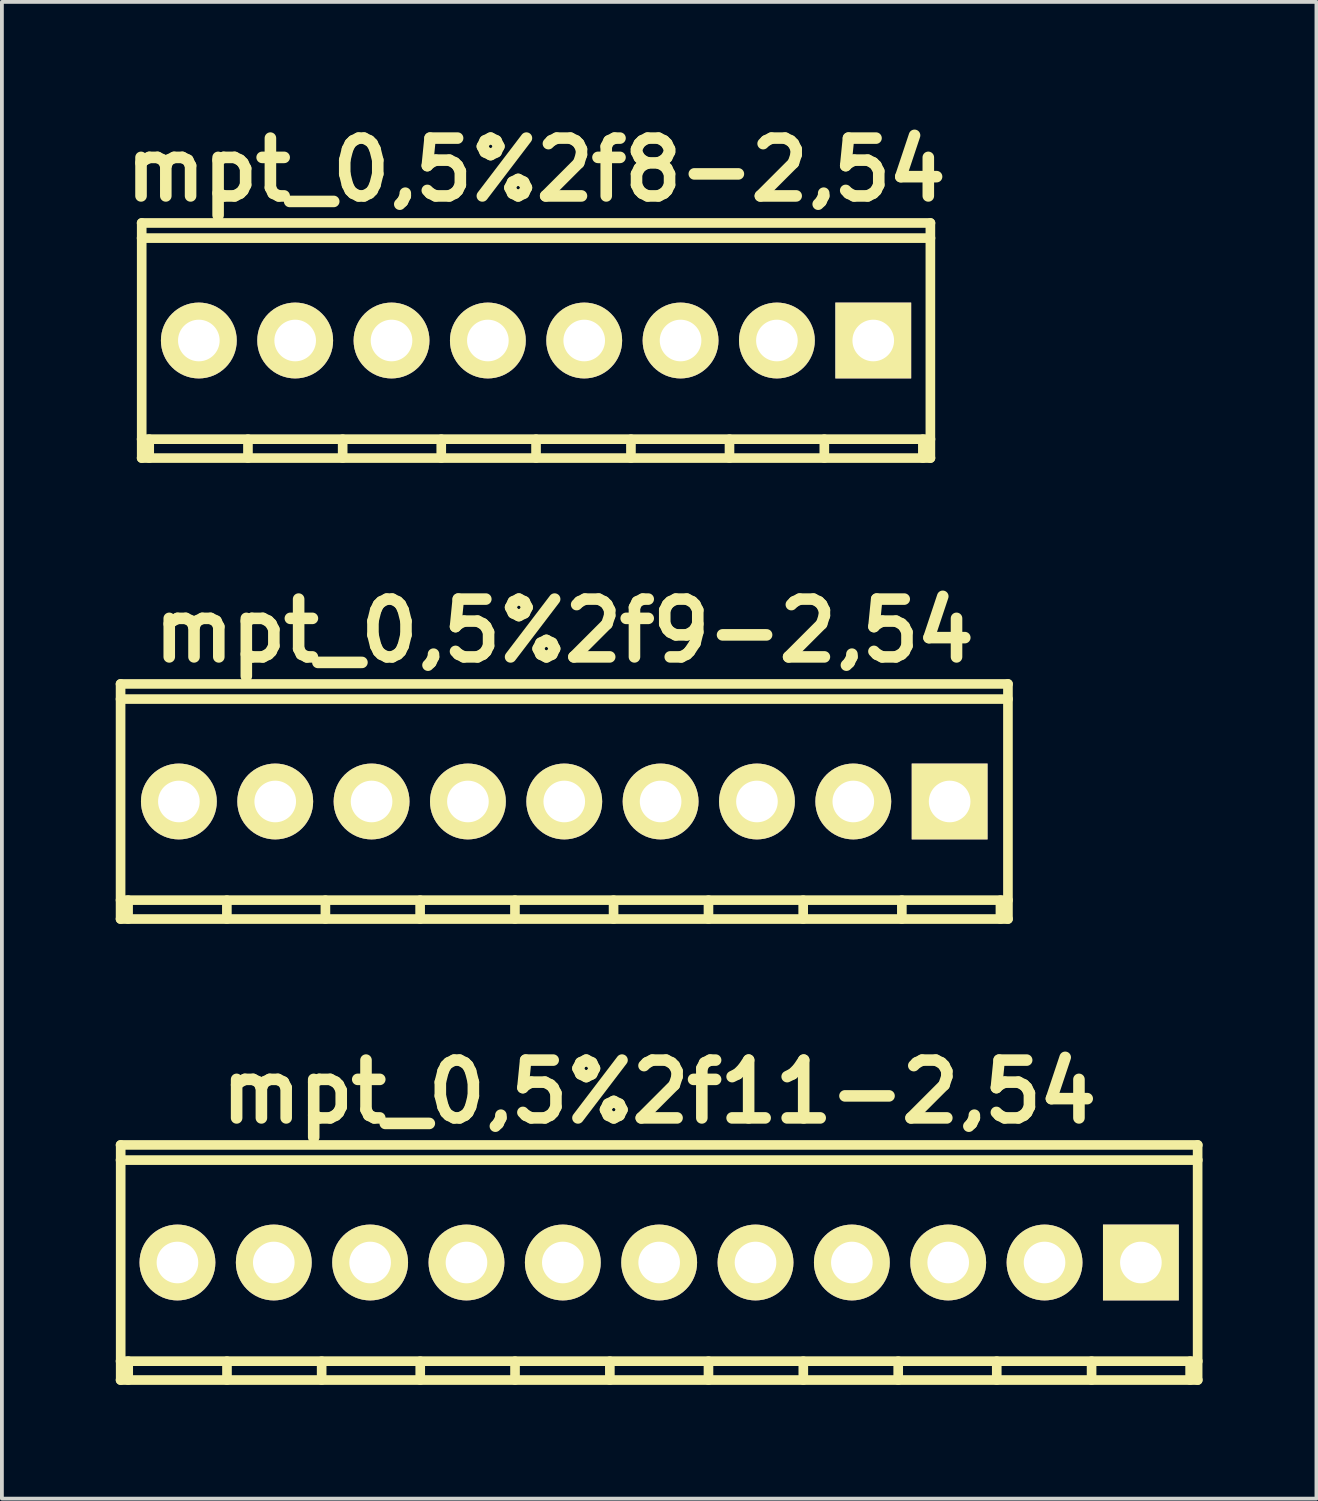
<source format=kicad_pcb>
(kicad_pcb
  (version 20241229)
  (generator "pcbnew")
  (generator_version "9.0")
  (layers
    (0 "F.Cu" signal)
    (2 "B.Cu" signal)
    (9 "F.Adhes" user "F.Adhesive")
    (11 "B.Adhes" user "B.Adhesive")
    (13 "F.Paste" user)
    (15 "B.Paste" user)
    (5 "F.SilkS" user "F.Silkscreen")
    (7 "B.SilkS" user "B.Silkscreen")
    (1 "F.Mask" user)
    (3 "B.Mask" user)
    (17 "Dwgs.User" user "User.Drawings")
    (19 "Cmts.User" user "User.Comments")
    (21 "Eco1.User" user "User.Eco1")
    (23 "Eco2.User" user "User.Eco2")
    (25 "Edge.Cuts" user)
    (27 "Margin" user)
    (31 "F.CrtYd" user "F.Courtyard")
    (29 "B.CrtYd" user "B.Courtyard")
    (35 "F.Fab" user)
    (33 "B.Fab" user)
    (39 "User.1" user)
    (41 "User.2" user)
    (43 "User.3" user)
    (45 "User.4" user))
  (footprint "mpt_0,5%2f9-2,54"
    (layer "F.Cu")
    (at 11.826 18.08)
    (property "Reference" "mpt_0,5%2f9-2,54" (at 0 -4.501 0) (layer "F.SilkS") (effects (font (size 1.524 1.524) (thickness 0.305))))
    (attr through_hole)
    (fp_line (start -11.699 -2.7) (end 11.699 -2.7) (stroke (width 0.254) (type solid)) (layer "F.SilkS"))
    (fp_line (start -11.699 3.099) (end 11.699 3.099) (stroke (width 0.254) (type solid)) (layer "F.SilkS"))
    (fp_line (start -11.697 -3.099) (end -11.697 3.099) (stroke (width 0.254) (type solid)) (layer "F.SilkS"))
    (fp_line (start -11.499 3.099) (end -11.499 2.601) (stroke (width 0.254) (type solid)) (layer "F.SilkS"))
    (fp_line (start -8.895 3.099) (end -8.895 2.601) (stroke (width 0.254) (type solid)) (layer "F.SilkS"))
    (fp_line (start -6.297 2.601) (end -6.297 3.099) (stroke (width 0.254) (type solid)) (layer "F.SilkS"))
    (fp_line (start -3.8 2.601) (end -3.8 3.099) (stroke (width 0.254) (type solid)) (layer "F.SilkS"))
    (fp_line (start -1.3 2.601) (end -1.3 3.099) (stroke (width 0.254) (type solid)) (layer "F.SilkS"))
    (fp_line (start 1.3 2.601) (end 1.3 3.099) (stroke (width 0.254) (type solid)) (layer "F.SilkS"))
    (fp_line (start 3.802 2.601) (end 3.802 3.099) (stroke (width 0.254) (type solid)) (layer "F.SilkS"))
    (fp_line (start 6.299 2.601) (end 6.299 3.099) (stroke (width 0.254) (type solid)) (layer "F.SilkS"))
    (fp_line (start 8.9 2.601) (end 8.9 3.099) (stroke (width 0.254) (type solid)) (layer "F.SilkS"))
    (fp_line (start 11.499 2.601) (end 11.499 3.099) (stroke (width 0.254) (type solid)) (layer "F.SilkS"))
    (fp_line (start 11.697 3.099) (end 11.697 -3.099) (stroke (width 0.254) (type solid)) (layer "F.SilkS"))
    (fp_line (start 11.699 -3.099) (end -11.699 -3.099) (stroke (width 0.254) (type solid)) (layer "F.SilkS"))
    (fp_line (start 11.699 2.601) (end -11.699 2.601) (stroke (width 0.254) (type solid)) (layer "F.SilkS"))
    (pad "1" thru_hole rect (at 10.16 0) (size 1.999 1.999) (drill 1.097) (layers "*.Cu" "*.Mask" "F.SilkS"))
    (pad "2" thru_hole oval (at 7.62 0) (size 1.999 1.999) (drill 1.097) (layers "*.Cu" "*.Mask" "F.SilkS"))
    (pad "3" thru_hole oval (at 5.08 0) (size 1.999 1.999) (drill 1.097) (layers "*.Cu" "*.Mask" "F.SilkS"))
    (pad "4" thru_hole oval (at 2.54 0) (size 1.999 1.999) (drill 1.097) (layers "*.Cu" "*.Mask" "F.SilkS"))
    (pad "5" thru_hole oval (at 0 0) (size 1.999 1.999) (drill 1.097) (layers "*.Cu" "*.Mask" "F.SilkS"))
    (pad "6" thru_hole oval (at -2.54 0) (size 1.999 1.999) (drill 1.097) (layers "*.Cu" "*.Mask" "F.SilkS"))
    (pad "7" thru_hole oval (at -5.08 0) (size 1.999 1.999) (drill 1.097) (layers "*.Cu" "*.Mask" "F.SilkS"))
    (pad "8" thru_hole oval (at -7.62 0) (size 1.999 1.999) (drill 1.097) (layers "*.Cu" "*.Mask" "F.SilkS"))
    (pad "9" thru_hole oval (at -10.16 0) (size 1.999 1.999) (drill 1.097) (layers "*.Cu" "*.Mask" "F.SilkS")))
  (footprint "mpt_0,5%2f11-2,54"
    (layer "F.Cu")
    (at 14.328 30.234)
    (property "Reference" "mpt_0,5%2f11-2,54" (at 0 -4.501 0) (layer "F.SilkS") (effects (font (size 1.524 1.524) (thickness 0.305))))
    (attr through_hole)
    (fp_line (start -14.201 -3.099) (end 14.201 -3.099) (stroke (width 0.254) (type solid)) (layer "F.SilkS"))
    (fp_line (start -14.201 3.099) (end 14.201 3.099) (stroke (width 0.254) (type solid)) (layer "F.SilkS"))
    (fp_line (start -14.196 -3.099) (end -14.196 3.099) (stroke (width 0.254) (type solid)) (layer "F.SilkS"))
    (fp_line (start -13.998 3.099) (end -13.998 2.601) (stroke (width 0.254) (type solid)) (layer "F.SilkS"))
    (fp_line (start -11.394 3.099) (end -11.394 2.601) (stroke (width 0.254) (type solid)) (layer "F.SilkS"))
    (fp_line (start -8.898 2.601) (end -8.898 3.099) (stroke (width 0.254) (type solid)) (layer "F.SilkS"))
    (fp_line (start -6.299 2.601) (end -6.299 3.099) (stroke (width 0.254) (type solid)) (layer "F.SilkS"))
    (fp_line (start -3.8 2.601) (end -3.8 3.099) (stroke (width 0.254) (type solid)) (layer "F.SilkS"))
    (fp_line (start -1.3 2.601) (end -1.3 3.099) (stroke (width 0.254) (type solid)) (layer "F.SilkS"))
    (fp_line (start 1.3 2.601) (end 1.3 3.099) (stroke (width 0.254) (type solid)) (layer "F.SilkS"))
    (fp_line (start 3.8 2.601) (end 3.8 3.099) (stroke (width 0.254) (type solid)) (layer "F.SilkS"))
    (fp_line (start 6.302 2.601) (end 6.302 3.099) (stroke (width 0.254) (type solid)) (layer "F.SilkS"))
    (fp_line (start 8.9 2.601) (end 8.9 3.099) (stroke (width 0.254) (type solid)) (layer "F.SilkS"))
    (fp_line (start 11.4 2.601) (end 11.4 3.099) (stroke (width 0.254) (type solid)) (layer "F.SilkS"))
    (fp_line (start 13.998 2.601) (end 13.998 3.099) (stroke (width 0.254) (type solid)) (layer "F.SilkS"))
    (fp_line (start 14.196 3.099) (end 14.196 -3.099) (stroke (width 0.254) (type solid)) (layer "F.SilkS"))
    (fp_line (start 14.201 -2.7) (end -14.201 -2.7) (stroke (width 0.254) (type solid)) (layer "F.SilkS"))
    (fp_line (start 14.201 2.601) (end -14.201 2.601) (stroke (width 0.254) (type solid)) (layer "F.SilkS"))
    (pad "1" thru_hole rect (at 12.7 0) (size 1.999 1.999) (drill 1.097) (layers "*.Cu" "*.Mask" "F.SilkS"))
    (pad "2" thru_hole oval (at 10.16 0) (size 1.999 1.999) (drill 1.097) (layers "*.Cu" "*.Mask" "F.SilkS"))
    (pad "3" thru_hole oval (at 7.62 0) (size 1.999 1.999) (drill 1.097) (layers "*.Cu" "*.Mask" "F.SilkS"))
    (pad "4" thru_hole oval (at 5.08 0) (size 1.999 1.999) (drill 1.097) (layers "*.Cu" "*.Mask" "F.SilkS"))
    (pad "5" thru_hole oval (at 2.54 0) (size 1.999 1.999) (drill 1.097) (layers "*.Cu" "*.Mask" "F.SilkS"))
    (pad "6" thru_hole oval (at 0 0) (size 1.999 1.999) (drill 1.097) (layers "*.Cu" "*.Mask" "F.SilkS"))
    (pad "7" thru_hole oval (at -2.54 0) (size 1.999 1.999) (drill 1.097) (layers "*.Cu" "*.Mask" "F.SilkS"))
    (pad "8" thru_hole oval (at -5.08 0) (size 1.999 1.999) (drill 1.097) (layers "*.Cu" "*.Mask" "F.SilkS"))
    (pad "9" thru_hole oval (at -7.62 0) (size 1.999 1.999) (drill 1.097) (layers "*.Cu" "*.Mask" "F.SilkS"))
    (pad "10" thru_hole oval (at -10.16 0) (size 1.999 1.999) (drill 1.097) (layers "*.Cu" "*.Mask" "F.SilkS"))
    (pad "11" thru_hole oval (at -12.7 0) (size 1.999 1.999) (drill 1.097) (layers "*.Cu" "*.Mask" "F.SilkS")))
  (footprint "mpt_0,5%2f8-2,54"
    (layer "F.Cu")
    (at 11.082 5.927)
    (property "Reference" "mpt_0,5%2f8-2,54" (at 0 -4.501 0) (layer "F.SilkS") (effects (font (size 1.524 1.524) (thickness 0.305))))
    (attr through_hole)
    (fp_line (start -10.399 -2.7) (end 10.399 -2.7) (stroke (width 0.254) (type solid)) (layer "F.SilkS"))
    (fp_line (start -10.399 2.601) (end 10.399 2.601) (stroke (width 0.254) (type solid)) (layer "F.SilkS"))
    (fp_line (start -10.396 -3.099) (end -10.396 3.099) (stroke (width 0.254) (type solid)) (layer "F.SilkS"))
    (fp_line (start -10.198 3.099) (end -10.198 2.601) (stroke (width 0.254) (type solid)) (layer "F.SilkS"))
    (fp_line (start -7.595 3.099) (end -7.595 2.601) (stroke (width 0.254) (type solid)) (layer "F.SilkS"))
    (fp_line (start -5.098 2.601) (end -5.098 3.099) (stroke (width 0.254) (type solid)) (layer "F.SilkS"))
    (fp_line (start -2.499 2.601) (end -2.499 3.099) (stroke (width 0.254) (type solid)) (layer "F.SilkS"))
    (fp_line (start 0 2.601) (end 0 3.099) (stroke (width 0.254) (type solid)) (layer "F.SilkS"))
    (fp_line (start 2.502 2.601) (end 2.502 3.099) (stroke (width 0.254) (type solid)) (layer "F.SilkS"))
    (fp_line (start 5.1 2.601) (end 5.1 3.099) (stroke (width 0.254) (type solid)) (layer "F.SilkS"))
    (fp_line (start 7.6 2.601) (end 7.6 3.099) (stroke (width 0.254) (type solid)) (layer "F.SilkS"))
    (fp_line (start 10.198 2.601) (end 10.198 3.099) (stroke (width 0.254) (type solid)) (layer "F.SilkS"))
    (fp_line (start 10.396 3.099) (end 10.396 -3.099) (stroke (width 0.254) (type solid)) (layer "F.SilkS"))
    (fp_line (start 10.399 -3.099) (end -10.399 -3.099) (stroke (width 0.254) (type solid)) (layer "F.SilkS"))
    (fp_line (start 10.399 3.099) (end -10.399 3.099) (stroke (width 0.254) (type solid)) (layer "F.SilkS"))
    (pad "1" thru_hole rect (at 8.89 0) (size 1.999 1.999) (drill 1.097) (layers "*.Cu" "*.Mask" "F.SilkS"))
    (pad "2" thru_hole oval (at 6.35 0) (size 1.999 1.999) (drill 1.097) (layers "*.Cu" "*.Mask" "F.SilkS"))
    (pad "3" thru_hole oval (at 3.81 0) (size 1.999 1.999) (drill 1.097) (layers "*.Cu" "*.Mask" "F.SilkS"))
    (pad "4" thru_hole oval (at 1.27 0) (size 1.999 1.999) (drill 1.097) (layers "*.Cu" "*.Mask" "F.SilkS"))
    (pad "5" thru_hole oval (at -1.27 0) (size 1.999 1.999) (drill 1.097) (layers "*.Cu" "*.Mask" "F.SilkS"))
    (pad "6" thru_hole oval (at -3.81 0) (size 1.999 1.999) (drill 1.097) (layers "*.Cu" "*.Mask" "F.SilkS"))
    (pad "7" thru_hole oval (at -6.35 0) (size 1.999 1.999) (drill 1.097) (layers "*.Cu" "*.Mask" "F.SilkS"))
    (pad "8" thru_hole oval (at -8.89 0) (size 1.999 1.999) (drill 1.097) (layers "*.Cu" "*.Mask" "F.SilkS")))
  (gr_rect
    (start -3 -3)
    (end 31.656 36.459)
    (stroke (width 0.1) (type default))
    (fill no)
    (layer "Edge.Cuts")))
</source>
